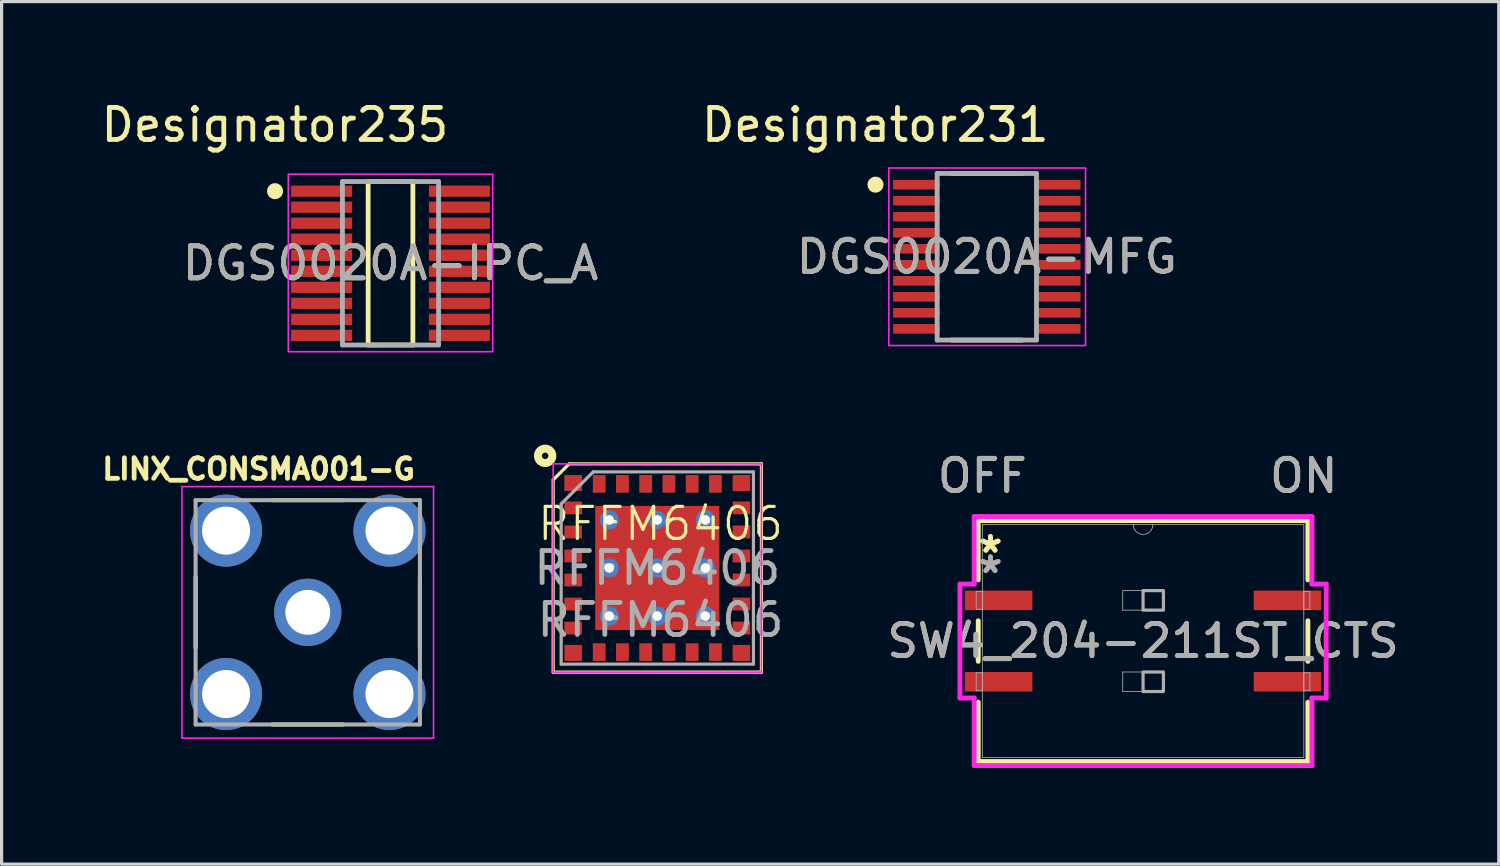
<source format=kicad_pcb>
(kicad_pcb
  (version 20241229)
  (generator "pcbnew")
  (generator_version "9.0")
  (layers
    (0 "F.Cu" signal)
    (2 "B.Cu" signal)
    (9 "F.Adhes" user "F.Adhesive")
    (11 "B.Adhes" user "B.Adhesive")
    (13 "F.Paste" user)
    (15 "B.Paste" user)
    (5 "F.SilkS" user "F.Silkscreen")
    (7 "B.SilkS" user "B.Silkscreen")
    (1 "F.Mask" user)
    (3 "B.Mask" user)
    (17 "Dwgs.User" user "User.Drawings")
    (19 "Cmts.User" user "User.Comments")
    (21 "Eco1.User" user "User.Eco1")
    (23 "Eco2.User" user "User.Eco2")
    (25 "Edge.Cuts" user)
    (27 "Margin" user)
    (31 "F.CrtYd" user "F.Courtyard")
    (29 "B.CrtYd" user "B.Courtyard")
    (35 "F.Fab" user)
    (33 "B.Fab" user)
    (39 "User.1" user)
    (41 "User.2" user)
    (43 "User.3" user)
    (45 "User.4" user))
  (footprint "LINX_CONSMA001-G"
    (layer "F.Cu")
    (at 6.555 16.06)
    (property "Reference" "LINX_CONSMA001-G" (at -1.533 -4.471 0) (layer "F.SilkS") (effects (font (size 0.64 0.64) (thickness 0.15))))
    (attr through_hole)
    (fp_line (start -3.5 -1.105) (end -3.5 1.105) (stroke (width 0.127) (type solid)) (layer "F.SilkS"))
    (fp_line (start 1.105 -3.5) (end -1.105 -3.5) (stroke (width 0.127) (type solid)) (layer "F.SilkS"))
    (fp_line (start 1.105 3.5) (end -1.105 3.5) (stroke (width 0.127) (type solid)) (layer "F.SilkS"))
    (fp_line (start 3.5 -1.105) (end 3.5 1.105) (stroke (width 0.127) (type solid)) (layer "F.SilkS"))
    (fp_line (start -3.925 -3.925) (end -3.925 3.925) (stroke (width 0.05) (type solid)) (layer "F.CrtYd"))
    (fp_line (start -3.925 3.925) (end 3.925 3.925) (stroke (width 0.05) (type solid)) (layer "F.CrtYd"))
    (fp_line (start 3.925 -3.925) (end -3.925 -3.925) (stroke (width 0.05) (type solid)) (layer "F.CrtYd"))
    (fp_line (start 3.925 3.925) (end 3.925 -3.925) (stroke (width 0.05) (type solid)) (layer "F.CrtYd"))
    (fp_line (start -3.5 -3.5) (end -3.5 3.5) (stroke (width 0.127) (type solid)) (layer "F.Fab"))
    (fp_line (start -3.5 3.5) (end 3.5 3.5) (stroke (width 0.127) (type solid)) (layer "F.Fab"))
    (fp_line (start 3.5 -3.5) (end -3.5 -3.5) (stroke (width 0.127) (type solid)) (layer "F.Fab"))
    (fp_line (start 3.5 3.5) (end 3.5 -3.5) (stroke (width 0.127) (type solid)) (layer "F.Fab"))
    (pad "1" thru_hole circle (at 0 0) (size 2.1 2.1) (drill 1.4) (layers "*.Cu" "*.Mask"))
    (pad "2" thru_hole circle (at -2.55 -2.55) (size 2.25 2.25) (drill 1.5) (layers "*.Cu" "*.Mask"))
    (pad "2" thru_hole circle (at -2.55 2.55) (size 2.25 2.25) (drill 1.5) (layers "*.Cu" "*.Mask"))
    (pad "2" thru_hole circle (at 2.55 -2.55) (size 2.25 2.25) (drill 1.5) (layers "*.Cu" "*.Mask"))
    (pad "2" thru_hole circle (at 2.55 2.55) (size 2.25 2.25) (drill 1.5) (layers "*.Cu" "*.Mask")))
  (footprint "DGS0020A-IPC_A"
    (layer "F.Cu")
    (at 9.137 5.166)
    (property "Reference" "DGS0020A-IPC_A" (at 0 0 0) (unlocked yes) (layer "F.SilkS") (effects (font (size 1 1) (thickness 0.15))))
    (attr smd)
    (fp_line (start -0.698 -2.55) (end 0.698 -2.55) (stroke (width 0.15) (type solid)) (layer "F.SilkS"))
    (fp_line (start -0.698 2.55) (end -0.698 -2.55) (stroke (width 0.15) (type solid)) (layer "F.SilkS"))
    (fp_line (start -0.698 2.55) (end 0.698 2.55) (stroke (width 0.15) (type solid)) (layer "F.SilkS"))
    (fp_line (start 0.698 2.55) (end 0.698 -2.55) (stroke (width 0.15) (type solid)) (layer "F.SilkS"))
    (fp_circle (center -3.603 -2.25) (end -3.478 -2.25) (stroke (width 0.25) (type solid)) (fill no) (layer "F.SilkS"))
    (fp_rect (start -3.19 -2.78) (end 3.19 2.76) (stroke (width 0.05) (type default)) (fill no) (layer "F.CrtYd"))
    (fp_line (start -1.5 -2.55) (end 1.5 -2.55) (stroke (width 0.15) (type solid)) (layer "F.Fab"))
    (fp_line (start -1.5 2.55) (end -1.5 -2.55) (stroke (width 0.15) (type solid)) (layer "F.Fab"))
    (fp_line (start -1.5 2.55) (end 1.5 2.55) (stroke (width 0.15) (type solid)) (layer "F.Fab"))
    (fp_line (start 1.5 2.55) (end 1.5 -2.55) (stroke (width 0.15) (type solid)) (layer "F.Fab"))
    (fp_text user "Designator235" (at -3.607 -4.318 0) (unlocked yes) (layer "F.SilkS") (effects (font (size 1 1) (thickness 0.15))))
    (fp_text user "${REFERENCE}" (at 0 0 0) (unlocked yes) (layer "F.Fab") (effects (font (size 1 1) (thickness 0.15))))
    (pad "1" smd rect (at -2.15 -2.25) (size 1.905 0.35) (layers "F.Cu" "F.Mask" "F.Paste"))
    (pad "2" smd rect (at -2.15 -1.75) (size 1.905 0.35) (layers "F.Cu" "F.Mask" "F.Paste"))
    (pad "3" smd rect (at -2.15 -1.25) (size 1.905 0.35) (layers "F.Cu" "F.Mask" "F.Paste"))
    (pad "4" smd rect (at -2.15 -0.75) (size 1.905 0.35) (layers "F.Cu" "F.Mask" "F.Paste"))
    (pad "5" smd rect (at -2.15 -0.25) (size 1.905 0.35) (layers "F.Cu" "F.Mask" "F.Paste"))
    (pad "6" smd rect (at -2.15 0.25) (size 1.905 0.35) (layers "F.Cu" "F.Mask" "F.Paste"))
    (pad "7" smd rect (at -2.15 0.75) (size 1.905 0.35) (layers "F.Cu" "F.Mask" "F.Paste"))
    (pad "8" smd rect (at -2.15 1.25) (size 1.905 0.35) (layers "F.Cu" "F.Mask" "F.Paste"))
    (pad "9" smd rect (at -2.15 1.75) (size 1.905 0.35) (layers "F.Cu" "F.Mask" "F.Paste"))
    (pad "10" smd rect (at -2.15 2.25) (size 1.905 0.35) (layers "F.Cu" "F.Mask" "F.Paste"))
    (pad "11" smd rect (at 2.15 2.25) (size 1.905 0.35) (layers "F.Cu" "F.Mask" "F.Paste"))
    (pad "12" smd rect (at 2.15 1.75) (size 1.905 0.35) (layers "F.Cu" "F.Mask" "F.Paste"))
    (pad "13" smd rect (at 2.15 1.25) (size 1.905 0.35) (layers "F.Cu" "F.Mask" "F.Paste"))
    (pad "14" smd rect (at 2.15 0.75) (size 1.905 0.35) (layers "F.Cu" "F.Mask" "F.Paste"))
    (pad "15" smd rect (at 2.15 0.25) (size 1.905 0.35) (layers "F.Cu" "F.Mask" "F.Paste"))
    (pad "16" smd rect (at 2.15 -0.25) (size 1.905 0.35) (layers "F.Cu" "F.Mask" "F.Paste"))
    (pad "17" smd rect (at 2.15 -0.75) (size 1.905 0.35) (layers "F.Cu" "F.Mask" "F.Paste"))
    (pad "18" smd rect (at 2.15 -1.25) (size 1.905 0.35) (layers "F.Cu" "F.Mask" "F.Paste"))
    (pad "19" smd rect (at 2.15 -1.75) (size 1.905 0.35) (layers "F.Cu" "F.Mask" "F.Paste"))
    (pad "20" smd rect (at 2.15 -2.25) (size 1.905 0.35) (layers "F.Cu" "F.Mask" "F.Paste")))
  (footprint "DGS0020A-MFG"
    (layer "F.Cu")
    (at 27.747 4.963)
    (property "Reference" "DGS0020A-MFG" (at 0 0 0) (unlocked yes) (layer "F.SilkS") (effects (font (size 1 1) (thickness 0.15))))
    (attr smd)
    (fp_line (start -1.1 -2.6) (end 1.1 -2.6) (stroke (width 0.15) (type solid)) (layer "F.SilkS"))
    (fp_line (start -1.1 2.6) (end 1.1 2.6) (stroke (width 0.15) (type solid)) (layer "F.SilkS"))
    (fp_circle (center -3.475 -2.25) (end -3.35 -2.25) (stroke (width 0.25) (type solid)) (fill no) (layer "F.SilkS"))
    (fp_rect (start -3.06 -2.77) (end 3.08 2.77) (stroke (width 0.05) (type default)) (fill no) (layer "F.CrtYd"))
    (fp_line (start -1.55 -2.6) (end 1.55 -2.6) (stroke (width 0.15) (type solid)) (layer "F.Fab"))
    (fp_line (start -1.55 2.6) (end -1.55 -2.6) (stroke (width 0.15) (type solid)) (layer "F.Fab"))
    (fp_line (start -1.55 2.6) (end 1.55 2.6) (stroke (width 0.15) (type solid)) (layer "F.Fab"))
    (fp_line (start 1.55 2.6) (end 1.55 -2.6) (stroke (width 0.15) (type solid)) (layer "F.Fab"))
    (fp_text user "Designator231" (at -3.48 -4.115 0) (unlocked yes) (layer "F.SilkS") (effects (font (size 1 1) (thickness 0.15))))
    (fp_text user "${REFERENCE}" (at 0 0 0) (unlocked yes) (layer "F.Fab") (effects (font (size 1 1) (thickness 0.15))))
    (pad "1" smd rect (at -2.2 -2.25) (size 1.45 0.3) (layers "F.Cu" "F.Mask" "F.Paste"))
    (pad "2" smd rect (at -2.2 -1.75) (size 1.45 0.3) (layers "F.Cu" "F.Mask" "F.Paste"))
    (pad "3" smd rect (at -2.2 -1.25) (size 1.45 0.3) (layers "F.Cu" "F.Mask" "F.Paste"))
    (pad "4" smd rect (at -2.2 -0.75) (size 1.45 0.3) (layers "F.Cu" "F.Mask" "F.Paste"))
    (pad "5" smd rect (at -2.2 -0.25) (size 1.45 0.3) (layers "F.Cu" "F.Mask" "F.Paste"))
    (pad "6" smd rect (at -2.2 0.25) (size 1.45 0.3) (layers "F.Cu" "F.Mask" "F.Paste"))
    (pad "7" smd rect (at -2.2 0.75) (size 1.45 0.3) (layers "F.Cu" "F.Mask" "F.Paste"))
    (pad "8" smd rect (at -2.2 1.25) (size 1.45 0.3) (layers "F.Cu" "F.Mask" "F.Paste"))
    (pad "9" smd rect (at -2.2 1.75) (size 1.45 0.3) (layers "F.Cu" "F.Mask" "F.Paste"))
    (pad "10" smd rect (at -2.2 2.25) (size 1.45 0.3) (layers "F.Cu" "F.Mask" "F.Paste"))
    (pad "11" smd rect (at 2.2 2.25) (size 1.45 0.3) (layers "F.Cu" "F.Mask" "F.Paste"))
    (pad "12" smd rect (at 2.2 1.75) (size 1.45 0.3) (layers "F.Cu" "F.Mask" "F.Paste"))
    (pad "13" smd rect (at 2.2 1.25) (size 1.45 0.3) (layers "F.Cu" "F.Mask" "F.Paste"))
    (pad "14" smd rect (at 2.2 0.75) (size 1.45 0.3) (layers "F.Cu" "F.Mask" "F.Paste"))
    (pad "15" smd rect (at 2.2 0.25) (size 1.45 0.3) (layers "F.Cu" "F.Mask" "F.Paste"))
    (pad "16" smd rect (at 2.2 -0.25) (size 1.45 0.3) (layers "F.Cu" "F.Mask" "F.Paste"))
    (pad "17" smd rect (at 2.2 -0.75) (size 1.45 0.3) (layers "F.Cu" "F.Mask" "F.Paste"))
    (pad "18" smd rect (at 2.2 -1.25) (size 1.45 0.3) (layers "F.Cu" "F.Mask" "F.Paste"))
    (pad "19" smd rect (at 2.2 -1.75) (size 1.45 0.3) (layers "F.Cu" "F.Mask" "F.Paste"))
    (pad "20" smd rect (at 2.2 -2.25) (size 1.45 0.3) (layers "F.Cu" "F.Mask" "F.Paste")))
  (footprint "SW4_204-211ST_CTS"
    (layer "F.Cu")
    (at 32.623 16.956)
    (property "Reference" "SW4_204-211ST_CTS" (at 0 0 0) (unlocked yes) (layer "F.SilkS") (effects (font (size 1 1) (thickness 0.15))))
    (attr smd)
    (fp_line (start -5.144 -3.759) (end -5.144 -1.908) (stroke (width 0.152) (type solid)) (layer "F.SilkS"))
    (fp_line (start -5.144 -0.632) (end -5.144 0.632) (stroke (width 0.152) (type solid)) (layer "F.SilkS"))
    (fp_line (start -5.144 1.908) (end -5.144 3.759) (stroke (width 0.152) (type solid)) (layer "F.SilkS"))
    (fp_line (start -5.144 3.759) (end 5.144 3.759) (stroke (width 0.152) (type solid)) (layer "F.SilkS"))
    (fp_line (start 5.144 -3.759) (end -5.144 -3.759) (stroke (width 0.152) (type solid)) (layer "F.SilkS"))
    (fp_line (start 5.144 -1.908) (end 5.144 -3.759) (stroke (width 0.152) (type solid)) (layer "F.SilkS"))
    (fp_line (start 5.144 0.632) (end 5.144 -0.632) (stroke (width 0.152) (type solid)) (layer "F.SilkS"))
    (fp_line (start 5.144 3.759) (end 5.144 1.908) (stroke (width 0.152) (type solid)) (layer "F.SilkS"))
    (fp_line (start -5.715 -1.778) (end -5.271 -1.778) (stroke (width 0.152) (type solid)) (layer "F.CrtYd"))
    (fp_line (start -5.715 1.778) (end -5.715 -1.778) (stroke (width 0.152) (type solid)) (layer "F.CrtYd"))
    (fp_line (start -5.271 -3.886) (end 5.271 -3.886) (stroke (width 0.152) (type solid)) (layer "F.CrtYd"))
    (fp_line (start -5.271 -1.778) (end -5.271 -3.886) (stroke (width 0.152) (type solid)) (layer "F.CrtYd"))
    (fp_line (start -5.271 1.778) (end -5.715 1.778) (stroke (width 0.152) (type solid)) (layer "F.CrtYd"))
    (fp_line (start -5.271 3.886) (end -5.271 1.778) (stroke (width 0.152) (type solid)) (layer "F.CrtYd"))
    (fp_line (start 5.271 -3.886) (end 5.271 -1.778) (stroke (width 0.152) (type solid)) (layer "F.CrtYd"))
    (fp_line (start 5.271 -1.778) (end 5.715 -1.778) (stroke (width 0.152) (type solid)) (layer "F.CrtYd"))
    (fp_line (start 5.271 1.778) (end 5.271 3.886) (stroke (width 0.152) (type solid)) (layer "F.CrtYd"))
    (fp_line (start 5.271 3.886) (end -5.271 3.886) (stroke (width 0.152) (type solid)) (layer "F.CrtYd"))
    (fp_line (start 5.715 -1.778) (end 5.715 1.778) (stroke (width 0.152) (type solid)) (layer "F.CrtYd"))
    (fp_line (start 5.715 1.778) (end 5.271 1.778) (stroke (width 0.152) (type solid)) (layer "F.CrtYd"))
    (fp_line (start -5.207 -1.549) (end -5.207 -0.991) (stroke (width 0.025) (type solid)) (layer "F.Fab"))
    (fp_line (start -5.207 -0.991) (end -5.016 -0.991) (stroke (width 0.025) (type solid)) (layer "F.Fab"))
    (fp_line (start -5.207 0.991) (end -5.207 1.549) (stroke (width 0.025) (type solid)) (layer "F.Fab"))
    (fp_line (start -5.207 1.549) (end -5.016 1.549) (stroke (width 0.025) (type solid)) (layer "F.Fab"))
    (fp_line (start -5.016 -3.632) (end -5.016 3.632) (stroke (width 0.025) (type solid)) (layer "F.Fab"))
    (fp_line (start -5.016 -1.549) (end -5.207 -1.549) (stroke (width 0.025) (type solid)) (layer "F.Fab"))
    (fp_line (start -5.016 -0.991) (end -5.016 -1.549) (stroke (width 0.025) (type solid)) (layer "F.Fab"))
    (fp_line (start -5.016 0.991) (end -5.207 0.991) (stroke (width 0.025) (type solid)) (layer "F.Fab"))
    (fp_line (start -5.016 1.549) (end -5.016 0.991) (stroke (width 0.025) (type solid)) (layer "F.Fab"))
    (fp_line (start -5.016 3.632) (end 5.016 3.632) (stroke (width 0.025) (type solid)) (layer "F.Fab"))
    (fp_line (start -0.635 -1.575) (end 0.635 -1.575) (stroke (width 0.025) (type solid)) (layer "F.Fab"))
    (fp_line (start -0.635 -0.965) (end -0.635 -1.575) (stroke (width 0.025) (type solid)) (layer "F.Fab"))
    (fp_line (start -0.635 0.965) (end 0.635 0.965) (stroke (width 0.025) (type solid)) (layer "F.Fab"))
    (fp_line (start -0.635 1.575) (end -0.635 0.965) (stroke (width 0.025) (type solid)) (layer "F.Fab"))
    (fp_line (start 0.635 -1.575) (end 0.635 -0.965) (stroke (width 0.025) (type solid)) (layer "F.Fab"))
    (fp_line (start 0.635 -0.965) (end -0.635 -0.965) (stroke (width 0.025) (type solid)) (layer "F.Fab"))
    (fp_line (start 0.635 0.965) (end 0.635 1.575) (stroke (width 0.025) (type solid)) (layer "F.Fab"))
    (fp_line (start 0.635 1.575) (end -0.635 1.575) (stroke (width 0.025) (type solid)) (layer "F.Fab"))
    (fp_line (start 5.016 -3.632) (end -5.016 -3.632) (stroke (width 0.025) (type solid)) (layer "F.Fab"))
    (fp_line (start 5.016 -1.549) (end 5.016 -0.991) (stroke (width 0.025) (type solid)) (layer "F.Fab"))
    (fp_line (start 5.016 -0.991) (end 5.207 -0.991) (stroke (width 0.025) (type solid)) (layer "F.Fab"))
    (fp_line (start 5.016 0.991) (end 5.016 1.549) (stroke (width 0.025) (type solid)) (layer "F.Fab"))
    (fp_line (start 5.016 1.549) (end 5.207 1.549) (stroke (width 0.025) (type solid)) (layer "F.Fab"))
    (fp_line (start 5.016 3.632) (end 5.016 -3.632) (stroke (width 0.025) (type solid)) (layer "F.Fab"))
    (fp_line (start 5.207 -1.549) (end 5.016 -1.549) (stroke (width 0.025) (type solid)) (layer "F.Fab"))
    (fp_line (start 5.207 -0.991) (end 5.207 -1.549) (stroke (width 0.025) (type solid)) (layer "F.Fab"))
    (fp_line (start 5.207 0.991) (end 5.016 0.991) (stroke (width 0.025) (type solid)) (layer "F.Fab"))
    (fp_line (start 5.207 1.549) (end 5.207 0.991) (stroke (width 0.025) (type solid)) (layer "F.Fab"))
    (fp_arc (start 0.3048 -3.6322) (mid 0 -3.3274) (end -0.3048 -3.6322) (stroke (width 0.0254) (type solid)) (layer "F.Fab"))
    (fp_poly (pts (xy 0 -1.575) (xy 0.635 -1.575) (xy 0.635 -0.965) (xy 0 -0.965)) (stroke (width 0.1) (type solid)) (fill no) (layer "F.Fab"))
    (fp_poly (pts (xy 0 0.965) (xy 0.635 0.965) (xy 0.635 1.575) (xy 0 1.575)) (stroke (width 0.1) (type solid)) (fill no) (layer "F.Fab"))
    (fp_text user "ON" (at 5.016 -5.156 0) (unlocked yes) (layer "F.SilkS") (effects (font (size 1 1) (thickness 0.15))))
    (fp_text user "OFF" (at -5.016 -5.156 0) (unlocked yes) (layer "F.SilkS") (effects (font (size 1 1) (thickness 0.15))))
    (fp_text user "*" (at -4.763 -2.718 0) (layer "F.SilkS") (effects (font (size 1 1) (thickness 0.15))))
    (fp_text user "*" (at -4.763 -2.718 0) (unlocked yes) (layer "F.SilkS") (effects (font (size 1 1) (thickness 0.15))))
    (fp_text user "*" (at -4.763 -2.083 0) (unlocked yes) (layer "F.Fab") (effects (font (size 1 1) (thickness 0.15))))
    (fp_text user "ON" (at 5.016 -5.156 0) (unlocked yes) (layer "F.Fab") (effects (font (size 1 1) (thickness 0.15))))
    (fp_text user "${REFERENCE}" (at 0 0 0) (unlocked yes) (layer "F.Fab") (effects (font (size 1 1) (thickness 0.15))))
    (fp_text user "*" (at -4.763 -2.083 0) (layer "F.Fab") (effects (font (size 1 1) (thickness 0.15))))
    (fp_text user "OFF" (at -5.016 -5.156 0) (unlocked yes) (layer "F.Fab") (effects (font (size 1 1) (thickness 0.15))))
    (pad "1" smd rect (at -4.508 -1.27) (size 2.108 0.61) (layers "F.Cu" "F.Mask" "F.Paste"))
    (pad "2" smd rect (at -4.508 1.27) (size 2.108 0.61) (layers "F.Cu" "F.Mask" "F.Paste"))
    (pad "3" smd rect (at 4.508 1.27) (size 2.108 0.61) (layers "F.Cu" "F.Mask" "F.Paste"))
    (pad "4" smd rect (at 4.508 -1.27) (size 2.108 0.61) (layers "F.Cu" "F.Mask" "F.Paste")))
  (footprint "RFFM6406"
    (layer "F.Cu")
    (at 17.563 13.796)
    (property "Reference" "RFFM6406" (at 0 -0.5 0) (unlocked yes) (layer "F.SilkS") (effects (font (size 1 1) (thickness 0.1))))
    (attr smd)
    (fp_line (start -3.35 -1.87) (end -2.85 -2.37) (stroke (width 0.1) (type solid)) (layer "F.SilkS"))
    (fp_line (start -3.35 4.13) (end -3.35 -1.87) (stroke (width 0.1) (type solid)) (layer "F.SilkS"))
    (fp_line (start -2.85 -2.37) (end 3.15 -2.37) (stroke (width 0.1) (type solid)) (layer "F.SilkS"))
    (fp_line (start 3.15 -2.37) (end 3.15 4.13) (stroke (width 0.1) (type solid)) (layer "F.SilkS"))
    (fp_line (start 3.15 4.13) (end -3.35 4.13) (stroke (width 0.1) (type solid)) (layer "F.SilkS"))
    (fp_circle (center -3.6 -2.62) (end -3.6 -2.72) (stroke (width 0.25) (type solid)) (fill no) (layer "F.SilkS"))
    (fp_line (start -3.35 -2.37) (end 3.15 -2.37) (stroke (width 0.05) (type solid)) (layer "F.CrtYd"))
    (fp_line (start -3.35 4.13) (end -3.35 -2.37) (stroke (width 0.05) (type solid)) (layer "F.CrtYd"))
    (fp_line (start 3.15 -2.37) (end 3.15 4.13) (stroke (width 0.05) (type solid)) (layer "F.CrtYd"))
    (fp_line (start 3.15 4.13) (end -3.35 4.13) (stroke (width 0.05) (type solid)) (layer "F.CrtYd"))
    (fp_line (start -3.1 -1.12) (end -2.1 -2.12) (stroke (width 0.1) (type solid)) (layer "F.Fab"))
    (fp_line (start -3.1 3.88) (end -3.1 -1.12) (stroke (width 0.1) (type solid)) (layer "F.Fab"))
    (fp_line (start -2.1 -2.12) (end 2.9 -2.12) (stroke (width 0.1) (type solid)) (layer "F.Fab"))
    (fp_line (start 2.9 -2.12) (end 2.9 3.88) (stroke (width 0.1) (type solid)) (layer "F.Fab"))
    (fp_line (start 2.9 3.88) (end -3.1 3.88) (stroke (width 0.1) (type solid)) (layer "F.Fab"))
    (fp_text user "${REFERENCE}" (at -0.1 0.88 0) (layer "F.Fab") (effects (font (size 1 1) (thickness 0.15))))
    (fp_text user "${REFERENCE}" (at 0 2.5 0) (unlocked yes) (layer "F.Fab") (effects (font (size 1 1) (thickness 0.15))))
    (pad "1" smd rect (at 2.525 3.53 180) (size 0.55 0.5) (layers "F.Cu" "F.Mask" "F.Paste"))
    (pad "2" smd rect (at 2.525 2.755 180) (size 0.55 0.4) (layers "F.Cu" "F.Mask" "F.Paste"))
    (pad "3" smd rect (at 2.525 2.005 180) (size 0.55 0.4) (layers "F.Cu" "F.Mask" "F.Paste"))
    (pad "4" smd rect (at 2.525 1.255 180) (size 0.55 0.4) (layers "F.Cu" "F.Mask" "F.Paste"))
    (pad "5" smd rect (at 2.525 0.505 180) (size 0.55 0.4) (layers "F.Cu" "F.Mask" "F.Paste"))
    (pad "6" smd rect (at 2.525 -0.245 180) (size 0.55 0.4) (layers "F.Cu" "F.Mask" "F.Paste"))
    (pad "7" smd rect (at 2.525 -0.995 180) (size 0.55 0.4) (layers "F.Cu" "F.Mask" "F.Paste"))
    (pad "8" smd rect (at 2.525 -1.77 180) (size 0.55 0.5) (layers "F.Cu" "F.Mask" "F.Paste"))
    (pad "9" smd rect (at 1.713 -1.745 180) (size 0.4 0.55) (layers "F.Cu" "F.Mask" "F.Paste"))
    (pad "10" smd rect (at 0.988 -1.745 180) (size 0.4 0.55) (layers "F.Cu" "F.Mask" "F.Paste"))
    (pad "11" smd rect (at 0.263 -1.745 180) (size 0.4 0.55) (layers "F.Cu" "F.Mask" "F.Paste"))
    (pad "12" smd rect (at -0.463 -1.745 180) (size 0.4 0.55) (layers "F.Cu" "F.Mask" "F.Paste"))
    (pad "13" smd rect (at -1.188 -1.745 180) (size 0.4 0.55) (layers "F.Cu" "F.Mask" "F.Paste"))
    (pad "14" smd rect (at -1.913 -1.745 180) (size 0.4 0.55) (layers "F.Cu" "F.Mask" "F.Paste"))
    (pad "15" smd rect (at -2.725 -1.77 180) (size 0.55 0.5) (layers "F.Cu" "F.Mask" "F.Paste"))
    (pad "16" smd rect (at -2.725 -0.995 180) (size 0.55 0.4) (layers "F.Cu" "F.Mask" "F.Paste"))
    (pad "17" smd rect (at -2.725 -0.245 180) (size 0.55 0.4) (layers "F.Cu" "F.Mask" "F.Paste"))
    (pad "18" smd rect (at -2.725 0.505 180) (size 0.55 0.4) (layers "F.Cu" "F.Mask" "F.Paste"))
    (pad "19" smd rect (at -2.725 1.255 180) (size 0.55 0.4) (layers "F.Cu" "F.Mask" "F.Paste"))
    (pad "20" smd rect (at -2.725 2.005 180) (size 0.55 0.4) (layers "F.Cu" "F.Mask" "F.Paste"))
    (pad "21" smd rect (at -2.725 2.755 180) (size 0.55 0.4) (layers "F.Cu" "F.Mask" "F.Paste"))
    (pad "22" smd rect (at -2.725 3.53 180) (size 0.55 0.5) (layers "F.Cu" "F.Mask" "F.Paste"))
    (pad "23" smd rect (at -1.913 3.505 180) (size 0.4 0.55) (layers "F.Cu" "F.Mask" "F.Paste"))
    (pad "24" smd rect (at -1.188 3.505 180) (size 0.4 0.55) (layers "F.Cu" "F.Mask" "F.Paste"))
    (pad "25" smd rect (at -0.463 3.505 180) (size 0.4 0.55) (layers "F.Cu" "F.Mask" "F.Paste"))
    (pad "26" smd rect (at 0.263 3.505 180) (size 0.4 0.55) (layers "F.Cu" "F.Mask" "F.Paste"))
    (pad "27" smd rect (at 0.988 3.505 180) (size 0.4 0.55) (layers "F.Cu" "F.Mask" "F.Paste"))
    (pad "28" smd rect (at 1.713 3.505 180) (size 0.4 0.55) (layers "F.Cu" "F.Mask" "F.Paste"))
    (pad "29" thru_hole circle (at -1.6 -0.62 180) (size 0.6 0.6) (drill 0.3) (layers "*.Cu" "B.Mask"))
    (pad "29" thru_hole circle (at -1.6 0.88 180) (size 0.6 0.6) (drill 0.3) (layers "*.Cu" "B.Mask"))
    (pad "29" thru_hole circle (at -1.6 2.38 180) (size 0.6 0.6) (drill 0.3) (layers "*.Cu" "B.Mask"))
    (pad "29" smd rect (at -0.85 0.88 180) (size 0.6 3.5) (layers "F.Cu" "F.Mask" "F.Paste"))
    (pad "29" thru_hole circle (at -0.1 -0.62 180) (size 0.559 0.559) (drill 0.3) (layers "*.Cu" "B.Mask"))
    (pad "29" smd rect (at -0.1 0.13 270) (size 0.6 3.5) (layers "F.Cu" "F.Mask" "F.Paste"))
    (pad "29" thru_hole circle (at -0.1 0.88 180) (size 0.6 0.6) (drill 0.3) (layers "*.Cu" "B.Mask"))
    (pad "29" smd rect (at -0.1 0.88 180) (size 3.875 3.875) (layers "F.Cu"))
    (pad "29" smd rect (at -0.1 1.63 270) (size 0.6 3.5) (layers "F.Cu" "F.Mask" "F.Paste"))
    (pad "29" thru_hole circle (at -0.1 2.38 180) (size 0.6 0.6) (drill 0.3) (layers "*.Cu" "B.Mask"))
    (pad "29" smd rect (at 0.65 0.88 180) (size 0.6 3.5) (layers "F.Cu" "F.Mask" "F.Paste"))
    (pad "29" thru_hole circle (at 1.4 -0.62 180) (size 0.6 0.6) (drill 0.3) (layers "*.Cu" "B.Mask"))
    (pad "29" thru_hole circle (at 1.4 0.88 180) (size 0.6 0.6) (drill 0.3) (layers "*.Cu" "B.Mask"))
    (pad "29" thru_hole circle (at 1.4 2.38 180) (size 0.6 0.6) (drill 0.3) (layers "*.Cu" "B.Mask")))
  (gr_rect
    (start -3 -3)
    (end 43.724 23.918)
    (stroke (width 0.1) (type default))
    (fill no)
    (layer "Edge.Cuts")))
</source>
